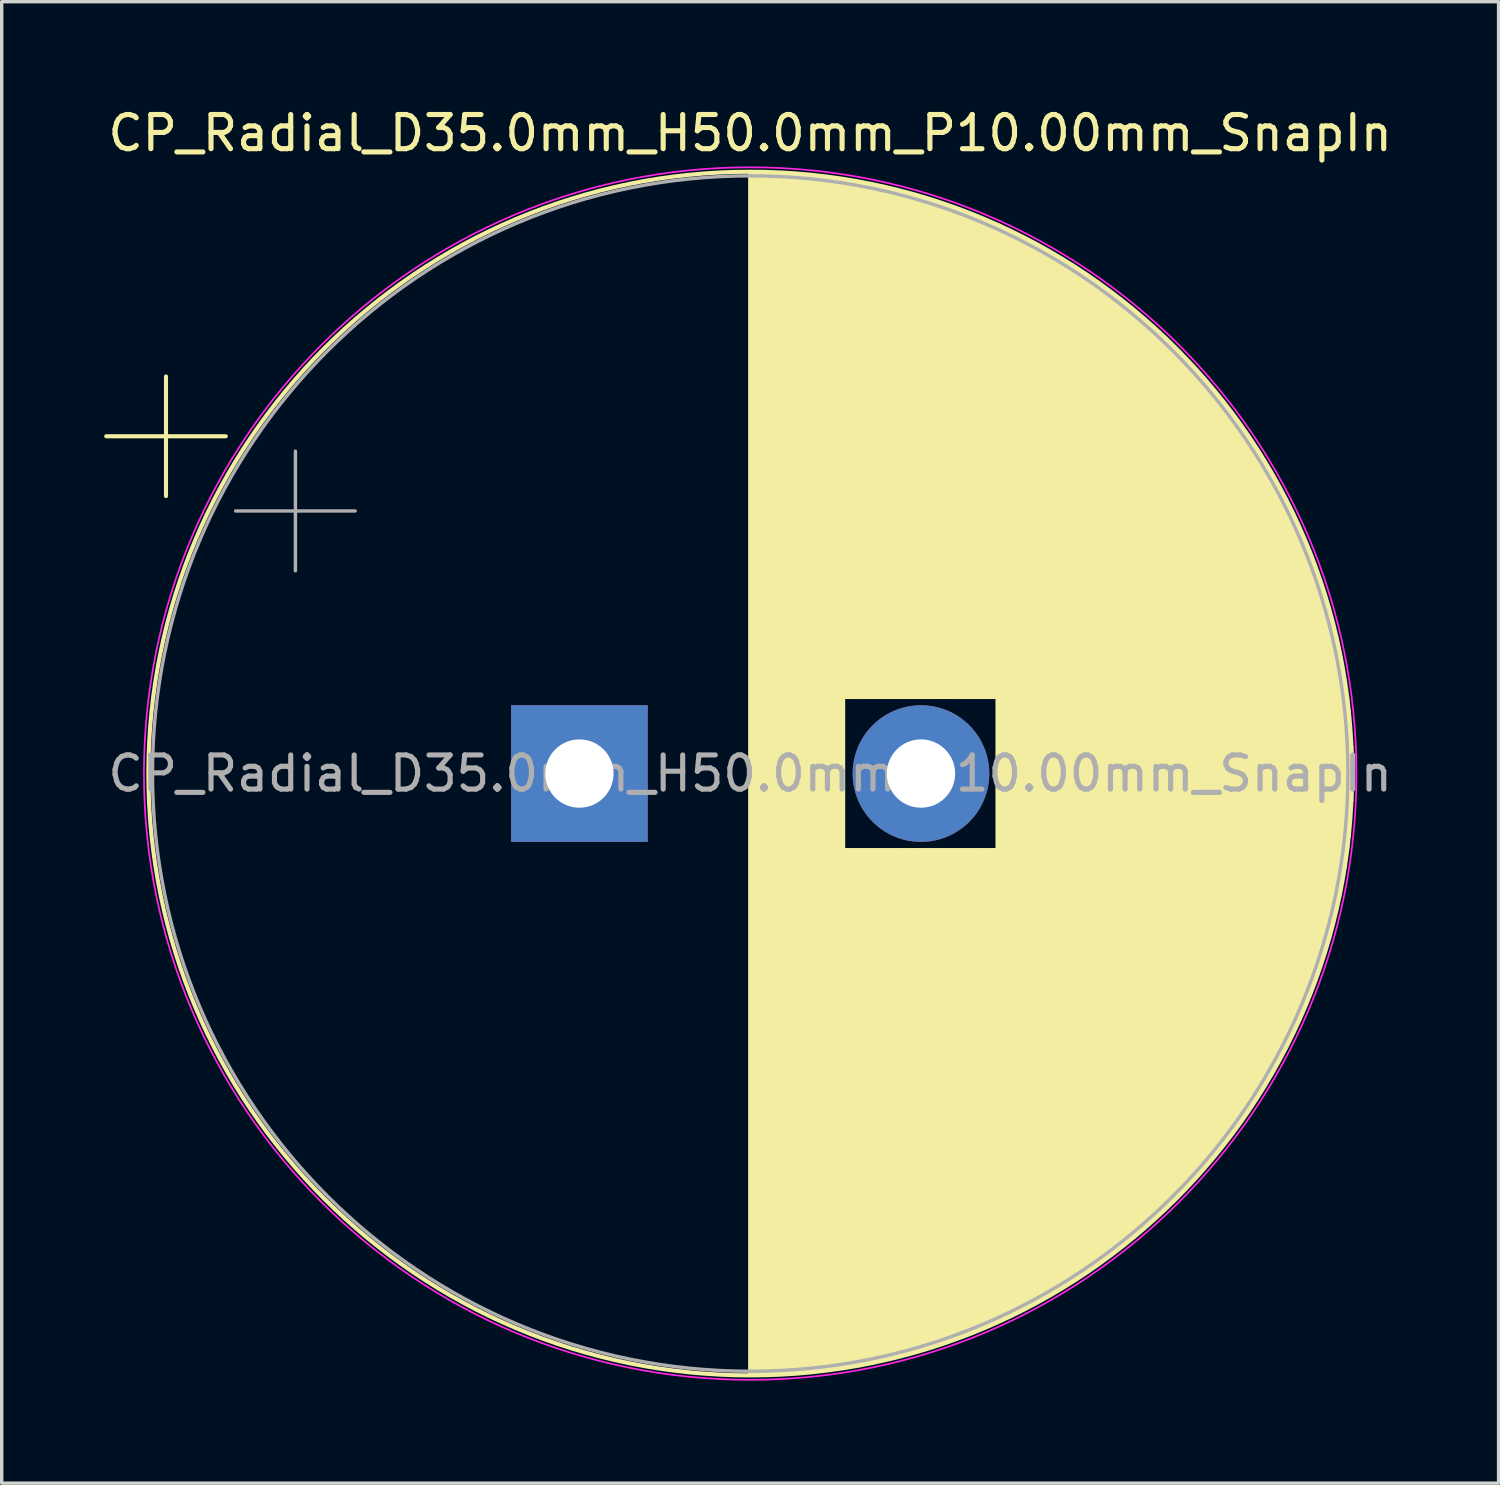
<source format=kicad_pcb>
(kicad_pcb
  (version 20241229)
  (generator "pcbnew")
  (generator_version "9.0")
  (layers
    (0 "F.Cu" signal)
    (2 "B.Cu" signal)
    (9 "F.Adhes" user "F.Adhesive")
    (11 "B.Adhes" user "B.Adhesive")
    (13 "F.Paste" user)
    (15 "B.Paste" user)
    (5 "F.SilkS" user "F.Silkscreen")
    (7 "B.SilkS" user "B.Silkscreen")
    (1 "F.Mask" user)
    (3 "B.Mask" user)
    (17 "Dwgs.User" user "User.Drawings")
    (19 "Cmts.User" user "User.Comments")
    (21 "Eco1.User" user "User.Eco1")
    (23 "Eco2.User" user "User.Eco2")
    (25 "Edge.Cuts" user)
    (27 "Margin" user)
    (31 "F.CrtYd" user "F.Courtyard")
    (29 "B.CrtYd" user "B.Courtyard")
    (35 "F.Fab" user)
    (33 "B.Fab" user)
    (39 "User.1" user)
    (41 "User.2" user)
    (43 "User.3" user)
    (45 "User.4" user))
  (footprint "CP_Radial_D35.0mm_H50.0mm_P10.00mm_SnapIn"
    (layer "F.Cu")
    (at 13.914 19.598)
    (property "Reference" "CP_Radial_D35.0mm_H50.0mm_P10.00mm_SnapIn" (at 5 -18.75 0) (layer "F.SilkS") (effects (font (size 1 1) (thickness 0.15))))
    (attr through_hole)
    (fp_line (start -13.854 -9.875) (end -10.354 -9.875) (stroke (width 0.12) (type solid)) (layer "F.SilkS"))
    (fp_line (start -12.104 -11.625) (end -12.104 -8.125) (stroke (width 0.12) (type solid)) (layer "F.SilkS"))
    (fp_line (start 5 -17.58) (end 5 17.58) (stroke (width 0.12) (type solid)) (layer "F.SilkS"))
    (fp_line (start 5.04 -17.58) (end 5.04 17.58) (stroke (width 0.12) (type solid)) (layer "F.SilkS"))
    (fp_line (start 5.08 -17.58) (end 5.08 17.58) (stroke (width 0.12) (type solid)) (layer "F.SilkS"))
    (fp_line (start 5.12 -17.58) (end 5.12 17.58) (stroke (width 0.12) (type solid)) (layer "F.SilkS"))
    (fp_line (start 5.16 -17.58) (end 5.16 17.58) (stroke (width 0.12) (type solid)) (layer "F.SilkS"))
    (fp_line (start 5.2 -17.579) (end 5.2 17.579) (stroke (width 0.12) (type solid)) (layer "F.SilkS"))
    (fp_line (start 5.24 -17.579) (end 5.24 17.579) (stroke (width 0.12) (type solid)) (layer "F.SilkS"))
    (fp_line (start 5.28 -17.578) (end 5.28 17.578) (stroke (width 0.12) (type solid)) (layer "F.SilkS"))
    (fp_line (start 5.32 -17.578) (end 5.32 17.578) (stroke (width 0.12) (type solid)) (layer "F.SilkS"))
    (fp_line (start 5.36 -17.577) (end 5.36 17.577) (stroke (width 0.12) (type solid)) (layer "F.SilkS"))
    (fp_line (start 5.4 -17.576) (end 5.4 17.576) (stroke (width 0.12) (type solid)) (layer "F.SilkS"))
    (fp_line (start 5.44 -17.575) (end 5.44 17.575) (stroke (width 0.12) (type solid)) (layer "F.SilkS"))
    (fp_line (start 5.48 -17.574) (end 5.48 17.574) (stroke (width 0.12) (type solid)) (layer "F.SilkS"))
    (fp_line (start 5.52 -17.573) (end 5.52 17.573) (stroke (width 0.12) (type solid)) (layer "F.SilkS"))
    (fp_line (start 5.56 -17.572) (end 5.56 17.572) (stroke (width 0.12) (type solid)) (layer "F.SilkS"))
    (fp_line (start 5.6 -17.57) (end 5.6 17.57) (stroke (width 0.12) (type solid)) (layer "F.SilkS"))
    (fp_line (start 5.64 -17.569) (end 5.64 17.569) (stroke (width 0.12) (type solid)) (layer "F.SilkS"))
    (fp_line (start 5.68 -17.567) (end 5.68 17.567) (stroke (width 0.12) (type solid)) (layer "F.SilkS"))
    (fp_line (start 5.721 -17.566) (end 5.721 17.566) (stroke (width 0.12) (type solid)) (layer "F.SilkS"))
    (fp_line (start 5.761 -17.564) (end 5.761 17.564) (stroke (width 0.12) (type solid)) (layer "F.SilkS"))
    (fp_line (start 5.801 -17.562) (end 5.801 17.562) (stroke (width 0.12) (type solid)) (layer "F.SilkS"))
    (fp_line (start 5.841 -17.56) (end 5.841 17.56) (stroke (width 0.12) (type solid)) (layer "F.SilkS"))
    (fp_line (start 5.881 -17.559) (end 5.881 17.559) (stroke (width 0.12) (type solid)) (layer "F.SilkS"))
    (fp_line (start 5.921 -17.556) (end 5.921 17.556) (stroke (width 0.12) (type solid)) (layer "F.SilkS"))
    (fp_line (start 5.961 -17.554) (end 5.961 17.554) (stroke (width 0.12) (type solid)) (layer "F.SilkS"))
    (fp_line (start 6.001 -17.552) (end 6.001 17.552) (stroke (width 0.12) (type solid)) (layer "F.SilkS"))
    (fp_line (start 6.041 -17.55) (end 6.041 17.55) (stroke (width 0.12) (type solid)) (layer "F.SilkS"))
    (fp_line (start 6.081 -17.547) (end 6.081 17.547) (stroke (width 0.12) (type solid)) (layer "F.SilkS"))
    (fp_line (start 6.121 -17.545) (end 6.121 17.545) (stroke (width 0.12) (type solid)) (layer "F.SilkS"))
    (fp_line (start 6.161 -17.542) (end 6.161 17.542) (stroke (width 0.12) (type solid)) (layer "F.SilkS"))
    (fp_line (start 6.201 -17.54) (end 6.201 17.54) (stroke (width 0.12) (type solid)) (layer "F.SilkS"))
    (fp_line (start 6.241 -17.537) (end 6.241 17.537) (stroke (width 0.12) (type solid)) (layer "F.SilkS"))
    (fp_line (start 6.281 -17.534) (end 6.281 17.534) (stroke (width 0.12) (type solid)) (layer "F.SilkS"))
    (fp_line (start 6.321 -17.531) (end 6.321 17.531) (stroke (width 0.12) (type solid)) (layer "F.SilkS"))
    (fp_line (start 6.361 -17.528) (end 6.361 17.528) (stroke (width 0.12) (type solid)) (layer "F.SilkS"))
    (fp_line (start 6.401 -17.525) (end 6.401 17.525) (stroke (width 0.12) (type solid)) (layer "F.SilkS"))
    (fp_line (start 6.441 -17.522) (end 6.441 17.522) (stroke (width 0.12) (type solid)) (layer "F.SilkS"))
    (fp_line (start 6.481 -17.518) (end 6.481 17.518) (stroke (width 0.12) (type solid)) (layer "F.SilkS"))
    (fp_line (start 6.521 -17.515) (end 6.521 17.515) (stroke (width 0.12) (type solid)) (layer "F.SilkS"))
    (fp_line (start 6.561 -17.511) (end 6.561 17.511) (stroke (width 0.12) (type solid)) (layer "F.SilkS"))
    (fp_line (start 6.601 -17.508) (end 6.601 17.508) (stroke (width 0.12) (type solid)) (layer "F.SilkS"))
    (fp_line (start 6.641 -17.504) (end 6.641 17.504) (stroke (width 0.12) (type solid)) (layer "F.SilkS"))
    (fp_line (start 6.681 -17.5) (end 6.681 17.5) (stroke (width 0.12) (type solid)) (layer "F.SilkS"))
    (fp_line (start 6.721 -17.496) (end 6.721 17.496) (stroke (width 0.12) (type solid)) (layer "F.SilkS"))
    (fp_line (start 6.761 -17.492) (end 6.761 17.492) (stroke (width 0.12) (type solid)) (layer "F.SilkS"))
    (fp_line (start 6.801 -17.488) (end 6.801 17.488) (stroke (width 0.12) (type solid)) (layer "F.SilkS"))
    (fp_line (start 6.841 -17.484) (end 6.841 17.484) (stroke (width 0.12) (type solid)) (layer "F.SilkS"))
    (fp_line (start 6.881 -17.48) (end 6.881 17.48) (stroke (width 0.12) (type solid)) (layer "F.SilkS"))
    (fp_line (start 6.921 -17.476) (end 6.921 17.476) (stroke (width 0.12) (type solid)) (layer "F.SilkS"))
    (fp_line (start 6.961 -17.471) (end 6.961 17.471) (stroke (width 0.12) (type solid)) (layer "F.SilkS"))
    (fp_line (start 7.001 -17.467) (end 7.001 17.467) (stroke (width 0.12) (type solid)) (layer "F.SilkS"))
    (fp_line (start 7.041 -17.462) (end 7.041 17.462) (stroke (width 0.12) (type solid)) (layer "F.SilkS"))
    (fp_line (start 7.081 -17.457) (end 7.081 17.457) (stroke (width 0.12) (type solid)) (layer "F.SilkS"))
    (fp_line (start 7.121 -17.452) (end 7.121 17.452) (stroke (width 0.12) (type solid)) (layer "F.SilkS"))
    (fp_line (start 7.161 -17.448) (end 7.161 17.448) (stroke (width 0.12) (type solid)) (layer "F.SilkS"))
    (fp_line (start 7.201 -17.443) (end 7.201 17.443) (stroke (width 0.12) (type solid)) (layer "F.SilkS"))
    (fp_line (start 7.241 -17.438) (end 7.241 17.438) (stroke (width 0.12) (type solid)) (layer "F.SilkS"))
    (fp_line (start 7.281 -17.432) (end 7.281 17.432) (stroke (width 0.12) (type solid)) (layer "F.SilkS"))
    (fp_line (start 7.321 -17.427) (end 7.321 17.427) (stroke (width 0.12) (type solid)) (layer "F.SilkS"))
    (fp_line (start 7.361 -17.422) (end 7.361 17.422) (stroke (width 0.12) (type solid)) (layer "F.SilkS"))
    (fp_line (start 7.401 -17.416) (end 7.401 17.416) (stroke (width 0.12) (type solid)) (layer "F.SilkS"))
    (fp_line (start 7.441 -17.411) (end 7.441 17.411) (stroke (width 0.12) (type solid)) (layer "F.SilkS"))
    (fp_line (start 7.481 -17.405) (end 7.481 17.405) (stroke (width 0.12) (type solid)) (layer "F.SilkS"))
    (fp_line (start 7.521 -17.399) (end 7.521 17.399) (stroke (width 0.12) (type solid)) (layer "F.SilkS"))
    (fp_line (start 7.561 -17.394) (end 7.561 17.394) (stroke (width 0.12) (type solid)) (layer "F.SilkS"))
    (fp_line (start 7.601 -17.388) (end 7.601 17.388) (stroke (width 0.12) (type solid)) (layer "F.SilkS"))
    (fp_line (start 7.641 -17.382) (end 7.641 17.382) (stroke (width 0.12) (type solid)) (layer "F.SilkS"))
    (fp_line (start 7.681 -17.375) (end 7.681 17.375) (stroke (width 0.12) (type solid)) (layer "F.SilkS"))
    (fp_line (start 7.721 -17.369) (end 7.721 17.369) (stroke (width 0.12) (type solid)) (layer "F.SilkS"))
    (fp_line (start 7.761 -17.363) (end 7.761 -2.24) (stroke (width 0.12) (type solid)) (layer "F.SilkS"))
    (fp_line (start 7.761 2.24) (end 7.761 17.363) (stroke (width 0.12) (type solid)) (layer "F.SilkS"))
    (fp_line (start 7.801 -17.357) (end 7.801 -2.24) (stroke (width 0.12) (type solid)) (layer "F.SilkS"))
    (fp_line (start 7.801 2.24) (end 7.801 17.357) (stroke (width 0.12) (type solid)) (layer "F.SilkS"))
    (fp_line (start 7.841 -17.35) (end 7.841 -2.24) (stroke (width 0.12) (type solid)) (layer "F.SilkS"))
    (fp_line (start 7.841 2.24) (end 7.841 17.35) (stroke (width 0.12) (type solid)) (layer "F.SilkS"))
    (fp_line (start 7.881 -17.344) (end 7.881 -2.24) (stroke (width 0.12) (type solid)) (layer "F.SilkS"))
    (fp_line (start 7.881 2.24) (end 7.881 17.344) (stroke (width 0.12) (type solid)) (layer "F.SilkS"))
    (fp_line (start 7.921 -17.337) (end 7.921 -2.24) (stroke (width 0.12) (type solid)) (layer "F.SilkS"))
    (fp_line (start 7.921 2.24) (end 7.921 17.337) (stroke (width 0.12) (type solid)) (layer "F.SilkS"))
    (fp_line (start 7.961 -17.33) (end 7.961 -2.24) (stroke (width 0.12) (type solid)) (layer "F.SilkS"))
    (fp_line (start 7.961 2.24) (end 7.961 17.33) (stroke (width 0.12) (type solid)) (layer "F.SilkS"))
    (fp_line (start 8.001 -17.323) (end 8.001 -2.24) (stroke (width 0.12) (type solid)) (layer "F.SilkS"))
    (fp_line (start 8.001 2.24) (end 8.001 17.323) (stroke (width 0.12) (type solid)) (layer "F.SilkS"))
    (fp_line (start 8.041 -17.316) (end 8.041 -2.24) (stroke (width 0.12) (type solid)) (layer "F.SilkS"))
    (fp_line (start 8.041 2.24) (end 8.041 17.316) (stroke (width 0.12) (type solid)) (layer "F.SilkS"))
    (fp_line (start 8.081 -17.309) (end 8.081 -2.24) (stroke (width 0.12) (type solid)) (layer "F.SilkS"))
    (fp_line (start 8.081 2.24) (end 8.081 17.309) (stroke (width 0.12) (type solid)) (layer "F.SilkS"))
    (fp_line (start 8.121 -17.302) (end 8.121 -2.24) (stroke (width 0.12) (type solid)) (layer "F.SilkS"))
    (fp_line (start 8.121 2.24) (end 8.121 17.302) (stroke (width 0.12) (type solid)) (layer "F.SilkS"))
    (fp_line (start 8.161 -17.295) (end 8.161 -2.24) (stroke (width 0.12) (type solid)) (layer "F.SilkS"))
    (fp_line (start 8.161 2.24) (end 8.161 17.295) (stroke (width 0.12) (type solid)) (layer "F.SilkS"))
    (fp_line (start 8.201 -17.287) (end 8.201 -2.24) (stroke (width 0.12) (type solid)) (layer "F.SilkS"))
    (fp_line (start 8.201 2.24) (end 8.201 17.287) (stroke (width 0.12) (type solid)) (layer "F.SilkS"))
    (fp_line (start 8.241 -17.28) (end 8.241 -2.24) (stroke (width 0.12) (type solid)) (layer "F.SilkS"))
    (fp_line (start 8.241 2.24) (end 8.241 17.28) (stroke (width 0.12) (type solid)) (layer "F.SilkS"))
    (fp_line (start 8.281 -17.273) (end 8.281 -2.24) (stroke (width 0.12) (type solid)) (layer "F.SilkS"))
    (fp_line (start 8.281 2.24) (end 8.281 17.273) (stroke (width 0.12) (type solid)) (layer "F.SilkS"))
    (fp_line (start 8.321 -17.265) (end 8.321 -2.24) (stroke (width 0.12) (type solid)) (layer "F.SilkS"))
    (fp_line (start 8.321 2.24) (end 8.321 17.265) (stroke (width 0.12) (type solid)) (layer "F.SilkS"))
    (fp_line (start 8.361 -17.257) (end 8.361 -2.24) (stroke (width 0.12) (type solid)) (layer "F.SilkS"))
    (fp_line (start 8.361 2.24) (end 8.361 17.257) (stroke (width 0.12) (type solid)) (layer "F.SilkS"))
    (fp_line (start 8.401 -17.249) (end 8.401 -2.24) (stroke (width 0.12) (type solid)) (layer "F.SilkS"))
    (fp_line (start 8.401 2.24) (end 8.401 17.249) (stroke (width 0.12) (type solid)) (layer "F.SilkS"))
    (fp_line (start 8.441 -17.241) (end 8.441 -2.24) (stroke (width 0.12) (type solid)) (layer "F.SilkS"))
    (fp_line (start 8.441 2.24) (end 8.441 17.241) (stroke (width 0.12) (type solid)) (layer "F.SilkS"))
    (fp_line (start 8.481 -17.233) (end 8.481 -2.24) (stroke (width 0.12) (type solid)) (layer "F.SilkS"))
    (fp_line (start 8.481 2.24) (end 8.481 17.233) (stroke (width 0.12) (type solid)) (layer "F.SilkS"))
    (fp_line (start 8.521 -17.225) (end 8.521 -2.24) (stroke (width 0.12) (type solid)) (layer "F.SilkS"))
    (fp_line (start 8.521 2.24) (end 8.521 17.225) (stroke (width 0.12) (type solid)) (layer "F.SilkS"))
    (fp_line (start 8.561 -17.217) (end 8.561 -2.24) (stroke (width 0.12) (type solid)) (layer "F.SilkS"))
    (fp_line (start 8.561 2.24) (end 8.561 17.217) (stroke (width 0.12) (type solid)) (layer "F.SilkS"))
    (fp_line (start 8.601 -17.209) (end 8.601 -2.24) (stroke (width 0.12) (type solid)) (layer "F.SilkS"))
    (fp_line (start 8.601 2.24) (end 8.601 17.209) (stroke (width 0.12) (type solid)) (layer "F.SilkS"))
    (fp_line (start 8.641 -17.2) (end 8.641 -2.24) (stroke (width 0.12) (type solid)) (layer "F.SilkS"))
    (fp_line (start 8.641 2.24) (end 8.641 17.2) (stroke (width 0.12) (type solid)) (layer "F.SilkS"))
    (fp_line (start 8.681 -17.192) (end 8.681 -2.24) (stroke (width 0.12) (type solid)) (layer "F.SilkS"))
    (fp_line (start 8.681 2.24) (end 8.681 17.192) (stroke (width 0.12) (type solid)) (layer "F.SilkS"))
    (fp_line (start 8.721 -17.183) (end 8.721 -2.24) (stroke (width 0.12) (type solid)) (layer "F.SilkS"))
    (fp_line (start 8.721 2.24) (end 8.721 17.183) (stroke (width 0.12) (type solid)) (layer "F.SilkS"))
    (fp_line (start 8.761 -17.175) (end 8.761 -2.24) (stroke (width 0.12) (type solid)) (layer "F.SilkS"))
    (fp_line (start 8.761 2.24) (end 8.761 17.175) (stroke (width 0.12) (type solid)) (layer "F.SilkS"))
    (fp_line (start 8.801 -17.166) (end 8.801 -2.24) (stroke (width 0.12) (type solid)) (layer "F.SilkS"))
    (fp_line (start 8.801 2.24) (end 8.801 17.166) (stroke (width 0.12) (type solid)) (layer "F.SilkS"))
    (fp_line (start 8.841 -17.157) (end 8.841 -2.24) (stroke (width 0.12) (type solid)) (layer "F.SilkS"))
    (fp_line (start 8.841 2.24) (end 8.841 17.157) (stroke (width 0.12) (type solid)) (layer "F.SilkS"))
    (fp_line (start 8.881 -17.148) (end 8.881 -2.24) (stroke (width 0.12) (type solid)) (layer "F.SilkS"))
    (fp_line (start 8.881 2.24) (end 8.881 17.148) (stroke (width 0.12) (type solid)) (layer "F.SilkS"))
    (fp_line (start 8.921 -17.139) (end 8.921 -2.24) (stroke (width 0.12) (type solid)) (layer "F.SilkS"))
    (fp_line (start 8.921 2.24) (end 8.921 17.139) (stroke (width 0.12) (type solid)) (layer "F.SilkS"))
    (fp_line (start 8.961 -17.13) (end 8.961 -2.24) (stroke (width 0.12) (type solid)) (layer "F.SilkS"))
    (fp_line (start 8.961 2.24) (end 8.961 17.13) (stroke (width 0.12) (type solid)) (layer "F.SilkS"))
    (fp_line (start 9.001 -17.12) (end 9.001 -2.24) (stroke (width 0.12) (type solid)) (layer "F.SilkS"))
    (fp_line (start 9.001 2.24) (end 9.001 17.12) (stroke (width 0.12) (type solid)) (layer "F.SilkS"))
    (fp_line (start 9.041 -17.111) (end 9.041 -2.24) (stroke (width 0.12) (type solid)) (layer "F.SilkS"))
    (fp_line (start 9.041 2.24) (end 9.041 17.111) (stroke (width 0.12) (type solid)) (layer "F.SilkS"))
    (fp_line (start 9.081 -17.102) (end 9.081 -2.24) (stroke (width 0.12) (type solid)) (layer "F.SilkS"))
    (fp_line (start 9.081 2.24) (end 9.081 17.102) (stroke (width 0.12) (type solid)) (layer "F.SilkS"))
    (fp_line (start 9.121 -17.092) (end 9.121 -2.24) (stroke (width 0.12) (type solid)) (layer "F.SilkS"))
    (fp_line (start 9.121 2.24) (end 9.121 17.092) (stroke (width 0.12) (type solid)) (layer "F.SilkS"))
    (fp_line (start 9.161 -17.082) (end 9.161 -2.24) (stroke (width 0.12) (type solid)) (layer "F.SilkS"))
    (fp_line (start 9.161 2.24) (end 9.161 17.082) (stroke (width 0.12) (type solid)) (layer "F.SilkS"))
    (fp_line (start 9.201 -17.073) (end 9.201 -2.24) (stroke (width 0.12) (type solid)) (layer "F.SilkS"))
    (fp_line (start 9.201 2.24) (end 9.201 17.073) (stroke (width 0.12) (type solid)) (layer "F.SilkS"))
    (fp_line (start 9.241 -17.063) (end 9.241 -2.24) (stroke (width 0.12) (type solid)) (layer "F.SilkS"))
    (fp_line (start 9.241 2.24) (end 9.241 17.063) (stroke (width 0.12) (type solid)) (layer "F.SilkS"))
    (fp_line (start 9.281 -17.053) (end 9.281 -2.24) (stroke (width 0.12) (type solid)) (layer "F.SilkS"))
    (fp_line (start 9.281 2.24) (end 9.281 17.053) (stroke (width 0.12) (type solid)) (layer "F.SilkS"))
    (fp_line (start 9.321 -17.043) (end 9.321 -2.24) (stroke (width 0.12) (type solid)) (layer "F.SilkS"))
    (fp_line (start 9.321 2.24) (end 9.321 17.043) (stroke (width 0.12) (type solid)) (layer "F.SilkS"))
    (fp_line (start 9.361 -17.033) (end 9.361 -2.24) (stroke (width 0.12) (type solid)) (layer "F.SilkS"))
    (fp_line (start 9.361 2.24) (end 9.361 17.033) (stroke (width 0.12) (type solid)) (layer "F.SilkS"))
    (fp_line (start 9.401 -17.022) (end 9.401 -2.24) (stroke (width 0.12) (type solid)) (layer "F.SilkS"))
    (fp_line (start 9.401 2.24) (end 9.401 17.022) (stroke (width 0.12) (type solid)) (layer "F.SilkS"))
    (fp_line (start 9.441 -17.012) (end 9.441 -2.24) (stroke (width 0.12) (type solid)) (layer "F.SilkS"))
    (fp_line (start 9.441 2.24) (end 9.441 17.012) (stroke (width 0.12) (type solid)) (layer "F.SilkS"))
    (fp_line (start 9.481 -17.001) (end 9.481 -2.24) (stroke (width 0.12) (type solid)) (layer "F.SilkS"))
    (fp_line (start 9.481 2.24) (end 9.481 17.001) (stroke (width 0.12) (type solid)) (layer "F.SilkS"))
    (fp_line (start 9.521 -16.991) (end 9.521 -2.24) (stroke (width 0.12) (type solid)) (layer "F.SilkS"))
    (fp_line (start 9.521 2.24) (end 9.521 16.991) (stroke (width 0.12) (type solid)) (layer "F.SilkS"))
    (fp_line (start 9.561 -16.98) (end 9.561 -2.24) (stroke (width 0.12) (type solid)) (layer "F.SilkS"))
    (fp_line (start 9.561 2.24) (end 9.561 16.98) (stroke (width 0.12) (type solid)) (layer "F.SilkS"))
    (fp_line (start 9.601 -16.969) (end 9.601 -2.24) (stroke (width 0.12) (type solid)) (layer "F.SilkS"))
    (fp_line (start 9.601 2.24) (end 9.601 16.969) (stroke (width 0.12) (type solid)) (layer "F.SilkS"))
    (fp_line (start 9.641 -16.959) (end 9.641 -2.24) (stroke (width 0.12) (type solid)) (layer "F.SilkS"))
    (fp_line (start 9.641 2.24) (end 9.641 16.959) (stroke (width 0.12) (type solid)) (layer "F.SilkS"))
    (fp_line (start 9.681 -16.948) (end 9.681 -2.24) (stroke (width 0.12) (type solid)) (layer "F.SilkS"))
    (fp_line (start 9.681 2.24) (end 9.681 16.948) (stroke (width 0.12) (type solid)) (layer "F.SilkS"))
    (fp_line (start 9.721 -16.937) (end 9.721 -2.24) (stroke (width 0.12) (type solid)) (layer "F.SilkS"))
    (fp_line (start 9.721 2.24) (end 9.721 16.937) (stroke (width 0.12) (type solid)) (layer "F.SilkS"))
    (fp_line (start 9.761 -16.925) (end 9.761 -2.24) (stroke (width 0.12) (type solid)) (layer "F.SilkS"))
    (fp_line (start 9.761 2.24) (end 9.761 16.925) (stroke (width 0.12) (type solid)) (layer "F.SilkS"))
    (fp_line (start 9.801 -16.914) (end 9.801 -2.24) (stroke (width 0.12) (type solid)) (layer "F.SilkS"))
    (fp_line (start 9.801 2.24) (end 9.801 16.914) (stroke (width 0.12) (type solid)) (layer "F.SilkS"))
    (fp_line (start 9.841 -16.903) (end 9.841 -2.24) (stroke (width 0.12) (type solid)) (layer "F.SilkS"))
    (fp_line (start 9.841 2.24) (end 9.841 16.903) (stroke (width 0.12) (type solid)) (layer "F.SilkS"))
    (fp_line (start 9.881 -16.891) (end 9.881 -2.24) (stroke (width 0.12) (type solid)) (layer "F.SilkS"))
    (fp_line (start 9.881 2.24) (end 9.881 16.891) (stroke (width 0.12) (type solid)) (layer "F.SilkS"))
    (fp_line (start 9.921 -16.88) (end 9.921 -2.24) (stroke (width 0.12) (type solid)) (layer "F.SilkS"))
    (fp_line (start 9.921 2.24) (end 9.921 16.88) (stroke (width 0.12) (type solid)) (layer "F.SilkS"))
    (fp_line (start 9.961 -16.868) (end 9.961 -2.24) (stroke (width 0.12) (type solid)) (layer "F.SilkS"))
    (fp_line (start 9.961 2.24) (end 9.961 16.868) (stroke (width 0.12) (type solid)) (layer "F.SilkS"))
    (fp_line (start 10.001 -16.856) (end 10.001 -2.24) (stroke (width 0.12) (type solid)) (layer "F.SilkS"))
    (fp_line (start 10.001 2.24) (end 10.001 16.856) (stroke (width 0.12) (type solid)) (layer "F.SilkS"))
    (fp_line (start 10.041 -16.844) (end 10.041 -2.24) (stroke (width 0.12) (type solid)) (layer "F.SilkS"))
    (fp_line (start 10.041 2.24) (end 10.041 16.844) (stroke (width 0.12) (type solid)) (layer "F.SilkS"))
    (fp_line (start 10.081 -16.832) (end 10.081 -2.24) (stroke (width 0.12) (type solid)) (layer "F.SilkS"))
    (fp_line (start 10.081 2.24) (end 10.081 16.832) (stroke (width 0.12) (type solid)) (layer "F.SilkS"))
    (fp_line (start 10.121 -16.82) (end 10.121 -2.24) (stroke (width 0.12) (type solid)) (layer "F.SilkS"))
    (fp_line (start 10.121 2.24) (end 10.121 16.82) (stroke (width 0.12) (type solid)) (layer "F.SilkS"))
    (fp_line (start 10.161 -16.808) (end 10.161 -2.24) (stroke (width 0.12) (type solid)) (layer "F.SilkS"))
    (fp_line (start 10.161 2.24) (end 10.161 16.808) (stroke (width 0.12) (type solid)) (layer "F.SilkS"))
    (fp_line (start 10.201 -16.796) (end 10.201 -2.24) (stroke (width 0.12) (type solid)) (layer "F.SilkS"))
    (fp_line (start 10.201 2.24) (end 10.201 16.796) (stroke (width 0.12) (type solid)) (layer "F.SilkS"))
    (fp_line (start 10.241 -16.783) (end 10.241 -2.24) (stroke (width 0.12) (type solid)) (layer "F.SilkS"))
    (fp_line (start 10.241 2.24) (end 10.241 16.783) (stroke (width 0.12) (type solid)) (layer "F.SilkS"))
    (fp_line (start 10.281 -16.771) (end 10.281 -2.24) (stroke (width 0.12) (type solid)) (layer "F.SilkS"))
    (fp_line (start 10.281 2.24) (end 10.281 16.771) (stroke (width 0.12) (type solid)) (layer "F.SilkS"))
    (fp_line (start 10.321 -16.758) (end 10.321 -2.24) (stroke (width 0.12) (type solid)) (layer "F.SilkS"))
    (fp_line (start 10.321 2.24) (end 10.321 16.758) (stroke (width 0.12) (type solid)) (layer "F.SilkS"))
    (fp_line (start 10.361 -16.745) (end 10.361 -2.24) (stroke (width 0.12) (type solid)) (layer "F.SilkS"))
    (fp_line (start 10.361 2.24) (end 10.361 16.745) (stroke (width 0.12) (type solid)) (layer "F.SilkS"))
    (fp_line (start 10.401 -16.733) (end 10.401 -2.24) (stroke (width 0.12) (type solid)) (layer "F.SilkS"))
    (fp_line (start 10.401 2.24) (end 10.401 16.733) (stroke (width 0.12) (type solid)) (layer "F.SilkS"))
    (fp_line (start 10.441 -16.72) (end 10.441 -2.24) (stroke (width 0.12) (type solid)) (layer "F.SilkS"))
    (fp_line (start 10.441 2.24) (end 10.441 16.72) (stroke (width 0.12) (type solid)) (layer "F.SilkS"))
    (fp_line (start 10.481 -16.707) (end 10.481 -2.24) (stroke (width 0.12) (type solid)) (layer "F.SilkS"))
    (fp_line (start 10.481 2.24) (end 10.481 16.707) (stroke (width 0.12) (type solid)) (layer "F.SilkS"))
    (fp_line (start 10.521 -16.694) (end 10.521 -2.24) (stroke (width 0.12) (type solid)) (layer "F.SilkS"))
    (fp_line (start 10.521 2.24) (end 10.521 16.694) (stroke (width 0.12) (type solid)) (layer "F.SilkS"))
    (fp_line (start 10.561 -16.68) (end 10.561 -2.24) (stroke (width 0.12) (type solid)) (layer "F.SilkS"))
    (fp_line (start 10.561 2.24) (end 10.561 16.68) (stroke (width 0.12) (type solid)) (layer "F.SilkS"))
    (fp_line (start 10.601 -16.667) (end 10.601 -2.24) (stroke (width 0.12) (type solid)) (layer "F.SilkS"))
    (fp_line (start 10.601 2.24) (end 10.601 16.667) (stroke (width 0.12) (type solid)) (layer "F.SilkS"))
    (fp_line (start 10.641 -16.653) (end 10.641 -2.24) (stroke (width 0.12) (type solid)) (layer "F.SilkS"))
    (fp_line (start 10.641 2.24) (end 10.641 16.653) (stroke (width 0.12) (type solid)) (layer "F.SilkS"))
    (fp_line (start 10.681 -16.64) (end 10.681 -2.24) (stroke (width 0.12) (type solid)) (layer "F.SilkS"))
    (fp_line (start 10.681 2.24) (end 10.681 16.64) (stroke (width 0.12) (type solid)) (layer "F.SilkS"))
    (fp_line (start 10.721 -16.626) (end 10.721 -2.24) (stroke (width 0.12) (type solid)) (layer "F.SilkS"))
    (fp_line (start 10.721 2.24) (end 10.721 16.626) (stroke (width 0.12) (type solid)) (layer "F.SilkS"))
    (fp_line (start 10.761 -16.612) (end 10.761 -2.24) (stroke (width 0.12) (type solid)) (layer "F.SilkS"))
    (fp_line (start 10.761 2.24) (end 10.761 16.612) (stroke (width 0.12) (type solid)) (layer "F.SilkS"))
    (fp_line (start 10.801 -16.599) (end 10.801 -2.24) (stroke (width 0.12) (type solid)) (layer "F.SilkS"))
    (fp_line (start 10.801 2.24) (end 10.801 16.599) (stroke (width 0.12) (type solid)) (layer "F.SilkS"))
    (fp_line (start 10.841 -16.585) (end 10.841 -2.24) (stroke (width 0.12) (type solid)) (layer "F.SilkS"))
    (fp_line (start 10.841 2.24) (end 10.841 16.585) (stroke (width 0.12) (type solid)) (layer "F.SilkS"))
    (fp_line (start 10.881 -16.57) (end 10.881 -2.24) (stroke (width 0.12) (type solid)) (layer "F.SilkS"))
    (fp_line (start 10.881 2.24) (end 10.881 16.57) (stroke (width 0.12) (type solid)) (layer "F.SilkS"))
    (fp_line (start 10.921 -16.556) (end 10.921 -2.24) (stroke (width 0.12) (type solid)) (layer "F.SilkS"))
    (fp_line (start 10.921 2.24) (end 10.921 16.556) (stroke (width 0.12) (type solid)) (layer "F.SilkS"))
    (fp_line (start 10.961 -16.542) (end 10.961 -2.24) (stroke (width 0.12) (type solid)) (layer "F.SilkS"))
    (fp_line (start 10.961 2.24) (end 10.961 16.542) (stroke (width 0.12) (type solid)) (layer "F.SilkS"))
    (fp_line (start 11.001 -16.527) (end 11.001 -2.24) (stroke (width 0.12) (type solid)) (layer "F.SilkS"))
    (fp_line (start 11.001 2.24) (end 11.001 16.527) (stroke (width 0.12) (type solid)) (layer "F.SilkS"))
    (fp_line (start 11.041 -16.513) (end 11.041 -2.24) (stroke (width 0.12) (type solid)) (layer "F.SilkS"))
    (fp_line (start 11.041 2.24) (end 11.041 16.513) (stroke (width 0.12) (type solid)) (layer "F.SilkS"))
    (fp_line (start 11.081 -16.498) (end 11.081 -2.24) (stroke (width 0.12) (type solid)) (layer "F.SilkS"))
    (fp_line (start 11.081 2.24) (end 11.081 16.498) (stroke (width 0.12) (type solid)) (layer "F.SilkS"))
    (fp_line (start 11.121 -16.484) (end 11.121 -2.24) (stroke (width 0.12) (type solid)) (layer "F.SilkS"))
    (fp_line (start 11.121 2.24) (end 11.121 16.484) (stroke (width 0.12) (type solid)) (layer "F.SilkS"))
    (fp_line (start 11.161 -16.469) (end 11.161 -2.24) (stroke (width 0.12) (type solid)) (layer "F.SilkS"))
    (fp_line (start 11.161 2.24) (end 11.161 16.469) (stroke (width 0.12) (type solid)) (layer "F.SilkS"))
    (fp_line (start 11.201 -16.454) (end 11.201 -2.24) (stroke (width 0.12) (type solid)) (layer "F.SilkS"))
    (fp_line (start 11.201 2.24) (end 11.201 16.454) (stroke (width 0.12) (type solid)) (layer "F.SilkS"))
    (fp_line (start 11.241 -16.439) (end 11.241 -2.24) (stroke (width 0.12) (type solid)) (layer "F.SilkS"))
    (fp_line (start 11.241 2.24) (end 11.241 16.439) (stroke (width 0.12) (type solid)) (layer "F.SilkS"))
    (fp_line (start 11.281 -16.423) (end 11.281 -2.24) (stroke (width 0.12) (type solid)) (layer "F.SilkS"))
    (fp_line (start 11.281 2.24) (end 11.281 16.423) (stroke (width 0.12) (type solid)) (layer "F.SilkS"))
    (fp_line (start 11.321 -16.408) (end 11.321 -2.24) (stroke (width 0.12) (type solid)) (layer "F.SilkS"))
    (fp_line (start 11.321 2.24) (end 11.321 16.408) (stroke (width 0.12) (type solid)) (layer "F.SilkS"))
    (fp_line (start 11.361 -16.393) (end 11.361 -2.24) (stroke (width 0.12) (type solid)) (layer "F.SilkS"))
    (fp_line (start 11.361 2.24) (end 11.361 16.393) (stroke (width 0.12) (type solid)) (layer "F.SilkS"))
    (fp_line (start 11.401 -16.377) (end 11.401 -2.24) (stroke (width 0.12) (type solid)) (layer "F.SilkS"))
    (fp_line (start 11.401 2.24) (end 11.401 16.377) (stroke (width 0.12) (type solid)) (layer "F.SilkS"))
    (fp_line (start 11.441 -16.361) (end 11.441 -2.24) (stroke (width 0.12) (type solid)) (layer "F.SilkS"))
    (fp_line (start 11.441 2.24) (end 11.441 16.361) (stroke (width 0.12) (type solid)) (layer "F.SilkS"))
    (fp_line (start 11.481 -16.346) (end 11.481 -2.24) (stroke (width 0.12) (type solid)) (layer "F.SilkS"))
    (fp_line (start 11.481 2.24) (end 11.481 16.346) (stroke (width 0.12) (type solid)) (layer "F.SilkS"))
    (fp_line (start 11.521 -16.33) (end 11.521 -2.24) (stroke (width 0.12) (type solid)) (layer "F.SilkS"))
    (fp_line (start 11.521 2.24) (end 11.521 16.33) (stroke (width 0.12) (type solid)) (layer "F.SilkS"))
    (fp_line (start 11.561 -16.314) (end 11.561 -2.24) (stroke (width 0.12) (type solid)) (layer "F.SilkS"))
    (fp_line (start 11.561 2.24) (end 11.561 16.314) (stroke (width 0.12) (type solid)) (layer "F.SilkS"))
    (fp_line (start 11.601 -16.298) (end 11.601 -2.24) (stroke (width 0.12) (type solid)) (layer "F.SilkS"))
    (fp_line (start 11.601 2.24) (end 11.601 16.298) (stroke (width 0.12) (type solid)) (layer "F.SilkS"))
    (fp_line (start 11.641 -16.281) (end 11.641 -2.24) (stroke (width 0.12) (type solid)) (layer "F.SilkS"))
    (fp_line (start 11.641 2.24) (end 11.641 16.281) (stroke (width 0.12) (type solid)) (layer "F.SilkS"))
    (fp_line (start 11.681 -16.265) (end 11.681 -2.24) (stroke (width 0.12) (type solid)) (layer "F.SilkS"))
    (fp_line (start 11.681 2.24) (end 11.681 16.265) (stroke (width 0.12) (type solid)) (layer "F.SilkS"))
    (fp_line (start 11.721 -16.249) (end 11.721 -2.24) (stroke (width 0.12) (type solid)) (layer "F.SilkS"))
    (fp_line (start 11.721 2.24) (end 11.721 16.249) (stroke (width 0.12) (type solid)) (layer "F.SilkS"))
    (fp_line (start 11.761 -16.232) (end 11.761 -2.24) (stroke (width 0.12) (type solid)) (layer "F.SilkS"))
    (fp_line (start 11.761 2.24) (end 11.761 16.232) (stroke (width 0.12) (type solid)) (layer "F.SilkS"))
    (fp_line (start 11.801 -16.215) (end 11.801 -2.24) (stroke (width 0.12) (type solid)) (layer "F.SilkS"))
    (fp_line (start 11.801 2.24) (end 11.801 16.215) (stroke (width 0.12) (type solid)) (layer "F.SilkS"))
    (fp_line (start 11.841 -16.199) (end 11.841 -2.24) (stroke (width 0.12) (type solid)) (layer "F.SilkS"))
    (fp_line (start 11.841 2.24) (end 11.841 16.199) (stroke (width 0.12) (type solid)) (layer "F.SilkS"))
    (fp_line (start 11.881 -16.182) (end 11.881 -2.24) (stroke (width 0.12) (type solid)) (layer "F.SilkS"))
    (fp_line (start 11.881 2.24) (end 11.881 16.182) (stroke (width 0.12) (type solid)) (layer "F.SilkS"))
    (fp_line (start 11.921 -16.165) (end 11.921 -2.24) (stroke (width 0.12) (type solid)) (layer "F.SilkS"))
    (fp_line (start 11.921 2.24) (end 11.921 16.165) (stroke (width 0.12) (type solid)) (layer "F.SilkS"))
    (fp_line (start 11.961 -16.148) (end 11.961 -2.24) (stroke (width 0.12) (type solid)) (layer "F.SilkS"))
    (fp_line (start 11.961 2.24) (end 11.961 16.148) (stroke (width 0.12) (type solid)) (layer "F.SilkS"))
    (fp_line (start 12.001 -16.13) (end 12.001 -2.24) (stroke (width 0.12) (type solid)) (layer "F.SilkS"))
    (fp_line (start 12.001 2.24) (end 12.001 16.13) (stroke (width 0.12) (type solid)) (layer "F.SilkS"))
    (fp_line (start 12.041 -16.113) (end 12.041 -2.24) (stroke (width 0.12) (type solid)) (layer "F.SilkS"))
    (fp_line (start 12.041 2.24) (end 12.041 16.113) (stroke (width 0.12) (type solid)) (layer "F.SilkS"))
    (fp_line (start 12.081 -16.095) (end 12.081 -2.24) (stroke (width 0.12) (type solid)) (layer "F.SilkS"))
    (fp_line (start 12.081 2.24) (end 12.081 16.095) (stroke (width 0.12) (type solid)) (layer "F.SilkS"))
    (fp_line (start 12.121 -16.078) (end 12.121 -2.24) (stroke (width 0.12) (type solid)) (layer "F.SilkS"))
    (fp_line (start 12.121 2.24) (end 12.121 16.078) (stroke (width 0.12) (type solid)) (layer "F.SilkS"))
    (fp_line (start 12.161 -16.06) (end 12.161 -2.24) (stroke (width 0.12) (type solid)) (layer "F.SilkS"))
    (fp_line (start 12.161 2.24) (end 12.161 16.06) (stroke (width 0.12) (type solid)) (layer "F.SilkS"))
    (fp_line (start 12.201 -16.042) (end 12.201 -2.24) (stroke (width 0.12) (type solid)) (layer "F.SilkS"))
    (fp_line (start 12.201 2.24) (end 12.201 16.042) (stroke (width 0.12) (type solid)) (layer "F.SilkS"))
    (fp_line (start 12.241 -16.024) (end 12.241 16.024) (stroke (width 0.12) (type solid)) (layer "F.SilkS"))
    (fp_line (start 12.281 -16.006) (end 12.281 16.006) (stroke (width 0.12) (type solid)) (layer "F.SilkS"))
    (fp_line (start 12.321 -15.988) (end 12.321 15.988) (stroke (width 0.12) (type solid)) (layer "F.SilkS"))
    (fp_line (start 12.361 -15.97) (end 12.361 15.97) (stroke (width 0.12) (type solid)) (layer "F.SilkS"))
    (fp_line (start 12.401 -15.951) (end 12.401 15.951) (stroke (width 0.12) (type solid)) (layer "F.SilkS"))
    (fp_line (start 12.441 -15.933) (end 12.441 15.933) (stroke (width 0.12) (type solid)) (layer "F.SilkS"))
    (fp_line (start 12.481 -15.914) (end 12.481 15.914) (stroke (width 0.12) (type solid)) (layer "F.SilkS"))
    (fp_line (start 12.521 -15.895) (end 12.521 15.895) (stroke (width 0.12) (type solid)) (layer "F.SilkS"))
    (fp_line (start 12.561 -15.876) (end 12.561 15.876) (stroke (width 0.12) (type solid)) (layer "F.SilkS"))
    (fp_line (start 12.601 -15.857) (end 12.601 15.857) (stroke (width 0.12) (type solid)) (layer "F.SilkS"))
    (fp_line (start 12.641 -15.838) (end 12.641 15.838) (stroke (width 0.12) (type solid)) (layer "F.SilkS"))
    (fp_line (start 12.681 -15.819) (end 12.681 15.819) (stroke (width 0.12) (type solid)) (layer "F.SilkS"))
    (fp_line (start 12.721 -15.799) (end 12.721 15.799) (stroke (width 0.12) (type solid)) (layer "F.SilkS"))
    (fp_line (start 12.761 -15.78) (end 12.761 15.78) (stroke (width 0.12) (type solid)) (layer "F.SilkS"))
    (fp_line (start 12.801 -15.76) (end 12.801 15.76) (stroke (width 0.12) (type solid)) (layer "F.SilkS"))
    (fp_line (start 12.841 -15.74) (end 12.841 15.74) (stroke (width 0.12) (type solid)) (layer "F.SilkS"))
    (fp_line (start 12.881 -15.72) (end 12.881 15.72) (stroke (width 0.12) (type solid)) (layer "F.SilkS"))
    (fp_line (start 12.921 -15.7) (end 12.921 15.7) (stroke (width 0.12) (type solid)) (layer "F.SilkS"))
    (fp_line (start 12.961 -15.68) (end 12.961 15.68) (stroke (width 0.12) (type solid)) (layer "F.SilkS"))
    (fp_line (start 13.001 -15.66) (end 13.001 15.66) (stroke (width 0.12) (type solid)) (layer "F.SilkS"))
    (fp_line (start 13.041 -15.639) (end 13.041 15.639) (stroke (width 0.12) (type solid)) (layer "F.SilkS"))
    (fp_line (start 13.081 -15.619) (end 13.081 15.619) (stroke (width 0.12) (type solid)) (layer "F.SilkS"))
    (fp_line (start 13.121 -15.598) (end 13.121 15.598) (stroke (width 0.12) (type solid)) (layer "F.SilkS"))
    (fp_line (start 13.161 -15.577) (end 13.161 15.577) (stroke (width 0.12) (type solid)) (layer "F.SilkS"))
    (fp_line (start 13.2 -15.556) (end 13.2 15.556) (stroke (width 0.12) (type solid)) (layer "F.SilkS"))
    (fp_line (start 13.24 -15.535) (end 13.24 15.535) (stroke (width 0.12) (type solid)) (layer "F.SilkS"))
    (fp_line (start 13.28 -15.514) (end 13.28 15.514) (stroke (width 0.12) (type solid)) (layer "F.SilkS"))
    (fp_line (start 13.32 -15.492) (end 13.32 15.492) (stroke (width 0.12) (type solid)) (layer "F.SilkS"))
    (fp_line (start 13.36 -15.471) (end 13.36 15.471) (stroke (width 0.12) (type solid)) (layer "F.SilkS"))
    (fp_line (start 13.4 -15.449) (end 13.4 15.449) (stroke (width 0.12) (type solid)) (layer "F.SilkS"))
    (fp_line (start 13.44 -15.428) (end 13.44 15.428) (stroke (width 0.12) (type solid)) (layer "F.SilkS"))
    (fp_line (start 13.48 -15.406) (end 13.48 15.406) (stroke (width 0.12) (type solid)) (layer "F.SilkS"))
    (fp_line (start 13.52 -15.384) (end 13.52 15.384) (stroke (width 0.12) (type solid)) (layer "F.SilkS"))
    (fp_line (start 13.56 -15.361) (end 13.56 15.361) (stroke (width 0.12) (type solid)) (layer "F.SilkS"))
    (fp_line (start 13.6 -15.339) (end 13.6 15.339) (stroke (width 0.12) (type solid)) (layer "F.SilkS"))
    (fp_line (start 13.64 -15.317) (end 13.64 15.317) (stroke (width 0.12) (type solid)) (layer "F.SilkS"))
    (fp_line (start 13.68 -15.294) (end 13.68 15.294) (stroke (width 0.12) (type solid)) (layer "F.SilkS"))
    (fp_line (start 13.72 -15.271) (end 13.72 15.271) (stroke (width 0.12) (type solid)) (layer "F.SilkS"))
    (fp_line (start 13.76 -15.249) (end 13.76 15.249) (stroke (width 0.12) (type solid)) (layer "F.SilkS"))
    (fp_line (start 13.8 -15.226) (end 13.8 15.226) (stroke (width 0.12) (type solid)) (layer "F.SilkS"))
    (fp_line (start 13.84 -15.203) (end 13.84 15.203) (stroke (width 0.12) (type solid)) (layer "F.SilkS"))
    (fp_line (start 13.88 -15.179) (end 13.88 15.179) (stroke (width 0.12) (type solid)) (layer "F.SilkS"))
    (fp_line (start 13.92 -15.156) (end 13.92 15.156) (stroke (width 0.12) (type solid)) (layer "F.SilkS"))
    (fp_line (start 13.96 -15.132) (end 13.96 15.132) (stroke (width 0.12) (type solid)) (layer "F.SilkS"))
    (fp_line (start 14 -15.109) (end 14 15.109) (stroke (width 0.12) (type solid)) (layer "F.SilkS"))
    (fp_line (start 14.04 -15.085) (end 14.04 15.085) (stroke (width 0.12) (type solid)) (layer "F.SilkS"))
    (fp_line (start 14.08 -15.061) (end 14.08 15.061) (stroke (width 0.12) (type solid)) (layer "F.SilkS"))
    (fp_line (start 14.12 -15.037) (end 14.12 15.037) (stroke (width 0.12) (type solid)) (layer "F.SilkS"))
    (fp_line (start 14.16 -15.012) (end 14.16 15.012) (stroke (width 0.12) (type solid)) (layer "F.SilkS"))
    (fp_line (start 14.2 -14.988) (end 14.2 14.988) (stroke (width 0.12) (type solid)) (layer "F.SilkS"))
    (fp_line (start 14.24 -14.963) (end 14.24 14.963) (stroke (width 0.12) (type solid)) (layer "F.SilkS"))
    (fp_line (start 14.28 -14.939) (end 14.28 14.939) (stroke (width 0.12) (type solid)) (layer "F.SilkS"))
    (fp_line (start 14.32 -14.914) (end 14.32 14.914) (stroke (width 0.12) (type solid)) (layer "F.SilkS"))
    (fp_line (start 14.36 -14.889) (end 14.36 14.889) (stroke (width 0.12) (type solid)) (layer "F.SilkS"))
    (fp_line (start 14.4 -14.864) (end 14.4 14.864) (stroke (width 0.12) (type solid)) (layer "F.SilkS"))
    (fp_line (start 14.44 -14.838) (end 14.44 14.838) (stroke (width 0.12) (type solid)) (layer "F.SilkS"))
    (fp_line (start 14.48 -14.813) (end 14.48 14.813) (stroke (width 0.12) (type solid)) (layer "F.SilkS"))
    (fp_line (start 14.52 -14.787) (end 14.52 14.787) (stroke (width 0.12) (type solid)) (layer "F.SilkS"))
    (fp_line (start 14.56 -14.762) (end 14.56 14.762) (stroke (width 0.12) (type solid)) (layer "F.SilkS"))
    (fp_line (start 14.6 -14.736) (end 14.6 14.736) (stroke (width 0.12) (type solid)) (layer "F.SilkS"))
    (fp_line (start 14.64 -14.71) (end 14.64 14.71) (stroke (width 0.12) (type solid)) (layer "F.SilkS"))
    (fp_line (start 14.68 -14.683) (end 14.68 14.683) (stroke (width 0.12) (type solid)) (layer "F.SilkS"))
    (fp_line (start 14.72 -14.657) (end 14.72 14.657) (stroke (width 0.12) (type solid)) (layer "F.SilkS"))
    (fp_line (start 14.76 -14.63) (end 14.76 14.63) (stroke (width 0.12) (type solid)) (layer "F.SilkS"))
    (fp_line (start 14.8 -14.604) (end 14.8 14.604) (stroke (width 0.12) (type solid)) (layer "F.SilkS"))
    (fp_line (start 14.84 -14.577) (end 14.84 14.577) (stroke (width 0.12) (type solid)) (layer "F.SilkS"))
    (fp_line (start 14.88 -14.55) (end 14.88 14.55) (stroke (width 0.12) (type solid)) (layer "F.SilkS"))
    (fp_line (start 14.92 -14.523) (end 14.92 14.523) (stroke (width 0.12) (type solid)) (layer "F.SilkS"))
    (fp_line (start 14.96 -14.495) (end 14.96 14.495) (stroke (width 0.12) (type solid)) (layer "F.SilkS"))
    (fp_line (start 15 -14.468) (end 15 14.468) (stroke (width 0.12) (type solid)) (layer "F.SilkS"))
    (fp_line (start 15.04 -14.44) (end 15.04 14.44) (stroke (width 0.12) (type solid)) (layer "F.SilkS"))
    (fp_line (start 15.08 -14.412) (end 15.08 14.412) (stroke (width 0.12) (type solid)) (layer "F.SilkS"))
    (fp_line (start 15.12 -14.384) (end 15.12 14.384) (stroke (width 0.12) (type solid)) (layer "F.SilkS"))
    (fp_line (start 15.16 -14.356) (end 15.16 14.356) (stroke (width 0.12) (type solid)) (layer "F.SilkS"))
    (fp_line (start 15.2 -14.328) (end 15.2 14.328) (stroke (width 0.12) (type solid)) (layer "F.SilkS"))
    (fp_line (start 15.24 -14.299) (end 15.24 14.299) (stroke (width 0.12) (type solid)) (layer "F.SilkS"))
    (fp_line (start 15.28 -14.271) (end 15.28 14.271) (stroke (width 0.12) (type solid)) (layer "F.SilkS"))
    (fp_line (start 15.32 -14.242) (end 15.32 14.242) (stroke (width 0.12) (type solid)) (layer "F.SilkS"))
    (fp_line (start 15.36 -14.213) (end 15.36 14.213) (stroke (width 0.12) (type solid)) (layer "F.SilkS"))
    (fp_line (start 15.4 -14.184) (end 15.4 14.184) (stroke (width 0.12) (type solid)) (layer "F.SilkS"))
    (fp_line (start 15.44 -14.155) (end 15.44 14.155) (stroke (width 0.12) (type solid)) (layer "F.SilkS"))
    (fp_line (start 15.48 -14.125) (end 15.48 14.125) (stroke (width 0.12) (type solid)) (layer "F.SilkS"))
    (fp_line (start 15.52 -14.095) (end 15.52 14.095) (stroke (width 0.12) (type solid)) (layer "F.SilkS"))
    (fp_line (start 15.56 -14.065) (end 15.56 14.065) (stroke (width 0.12) (type solid)) (layer "F.SilkS"))
    (fp_line (start 15.6 -14.035) (end 15.6 14.035) (stroke (width 0.12) (type solid)) (layer "F.SilkS"))
    (fp_line (start 15.64 -14.005) (end 15.64 14.005) (stroke (width 0.12) (type solid)) (layer "F.SilkS"))
    (fp_line (start 15.68 -13.975) (end 15.68 13.975) (stroke (width 0.12) (type solid)) (layer "F.SilkS"))
    (fp_line (start 15.72 -13.944) (end 15.72 13.944) (stroke (width 0.12) (type solid)) (layer "F.SilkS"))
    (fp_line (start 15.76 -13.914) (end 15.76 13.914) (stroke (width 0.12) (type solid)) (layer "F.SilkS"))
    (fp_line (start 15.8 -13.883) (end 15.8 13.883) (stroke (width 0.12) (type solid)) (layer "F.SilkS"))
    (fp_line (start 15.84 -13.851) (end 15.84 13.851) (stroke (width 0.12) (type solid)) (layer "F.SilkS"))
    (fp_line (start 15.88 -13.82) (end 15.88 13.82) (stroke (width 0.12) (type solid)) (layer "F.SilkS"))
    (fp_line (start 15.92 -13.789) (end 15.92 13.789) (stroke (width 0.12) (type solid)) (layer "F.SilkS"))
    (fp_line (start 15.96 -13.757) (end 15.96 13.757) (stroke (width 0.12) (type solid)) (layer "F.SilkS"))
    (fp_line (start 16 -13.725) (end 16 13.725) (stroke (width 0.12) (type solid)) (layer "F.SilkS"))
    (fp_line (start 16.04 -13.693) (end 16.04 13.693) (stroke (width 0.12) (type solid)) (layer "F.SilkS"))
    (fp_line (start 16.08 -13.661) (end 16.08 13.661) (stroke (width 0.12) (type solid)) (layer "F.SilkS"))
    (fp_line (start 16.12 -13.628) (end 16.12 13.628) (stroke (width 0.12) (type solid)) (layer "F.SilkS"))
    (fp_line (start 16.16 -13.596) (end 16.16 13.596) (stroke (width 0.12) (type solid)) (layer "F.SilkS"))
    (fp_line (start 16.2 -13.563) (end 16.2 13.563) (stroke (width 0.12) (type solid)) (layer "F.SilkS"))
    (fp_line (start 16.24 -13.53) (end 16.24 13.53) (stroke (width 0.12) (type solid)) (layer "F.SilkS"))
    (fp_line (start 16.28 -13.497) (end 16.28 13.497) (stroke (width 0.12) (type solid)) (layer "F.SilkS"))
    (fp_line (start 16.32 -13.463) (end 16.32 13.463) (stroke (width 0.12) (type solid)) (layer "F.SilkS"))
    (fp_line (start 16.36 -13.43) (end 16.36 13.43) (stroke (width 0.12) (type solid)) (layer "F.SilkS"))
    (fp_line (start 16.4 -13.396) (end 16.4 13.396) (stroke (width 0.12) (type solid)) (layer "F.SilkS"))
    (fp_line (start 16.44 -13.362) (end 16.44 13.362) (stroke (width 0.12) (type solid)) (layer "F.SilkS"))
    (fp_line (start 16.48 -13.327) (end 16.48 13.327) (stroke (width 0.12) (type solid)) (layer "F.SilkS"))
    (fp_line (start 16.52 -13.293) (end 16.52 13.293) (stroke (width 0.12) (type solid)) (layer "F.SilkS"))
    (fp_line (start 16.56 -13.258) (end 16.56 13.258) (stroke (width 0.12) (type solid)) (layer "F.SilkS"))
    (fp_line (start 16.6 -13.223) (end 16.6 13.223) (stroke (width 0.12) (type solid)) (layer "F.SilkS"))
    (fp_line (start 16.64 -13.188) (end 16.64 13.188) (stroke (width 0.12) (type solid)) (layer "F.SilkS"))
    (fp_line (start 16.68 -13.153) (end 16.68 13.153) (stroke (width 0.12) (type solid)) (layer "F.SilkS"))
    (fp_line (start 16.72 -13.117) (end 16.72 13.117) (stroke (width 0.12) (type solid)) (layer "F.SilkS"))
    (fp_line (start 16.76 -13.082) (end 16.76 13.082) (stroke (width 0.12) (type solid)) (layer "F.SilkS"))
    (fp_line (start 16.8 -13.046) (end 16.8 13.046) (stroke (width 0.12) (type solid)) (layer "F.SilkS"))
    (fp_line (start 16.84 -13.01) (end 16.84 13.01) (stroke (width 0.12) (type solid)) (layer "F.SilkS"))
    (fp_line (start 16.88 -12.973) (end 16.88 12.973) (stroke (width 0.12) (type solid)) (layer "F.SilkS"))
    (fp_line (start 16.92 -12.937) (end 16.92 12.937) (stroke (width 0.12) (type solid)) (layer "F.SilkS"))
    (fp_line (start 16.96 -12.9) (end 16.96 12.9) (stroke (width 0.12) (type solid)) (layer "F.SilkS"))
    (fp_line (start 17 -12.863) (end 17 12.863) (stroke (width 0.12) (type solid)) (layer "F.SilkS"))
    (fp_line (start 17.04 -12.825) (end 17.04 12.825) (stroke (width 0.12) (type solid)) (layer "F.SilkS"))
    (fp_line (start 17.08 -12.788) (end 17.08 12.788) (stroke (width 0.12) (type solid)) (layer "F.SilkS"))
    (fp_line (start 17.12 -12.75) (end 17.12 12.75) (stroke (width 0.12) (type solid)) (layer "F.SilkS"))
    (fp_line (start 17.16 -12.712) (end 17.16 12.712) (stroke (width 0.12) (type solid)) (layer "F.SilkS"))
    (fp_line (start 17.2 -12.674) (end 17.2 12.674) (stroke (width 0.12) (type solid)) (layer "F.SilkS"))
    (fp_line (start 17.24 -12.635) (end 17.24 12.635) (stroke (width 0.12) (type solid)) (layer "F.SilkS"))
    (fp_line (start 17.28 -12.596) (end 17.28 12.596) (stroke (width 0.12) (type solid)) (layer "F.SilkS"))
    (fp_line (start 17.32 -12.557) (end 17.32 12.557) (stroke (width 0.12) (type solid)) (layer "F.SilkS"))
    (fp_line (start 17.36 -12.518) (end 17.36 12.518) (stroke (width 0.12) (type solid)) (layer "F.SilkS"))
    (fp_line (start 17.4 -12.479) (end 17.4 12.479) (stroke (width 0.12) (type solid)) (layer "F.SilkS"))
    (fp_line (start 17.44 -12.439) (end 17.44 12.439) (stroke (width 0.12) (type solid)) (layer "F.SilkS"))
    (fp_line (start 17.48 -12.399) (end 17.48 12.399) (stroke (width 0.12) (type solid)) (layer "F.SilkS"))
    (fp_line (start 17.52 -12.359) (end 17.52 12.359) (stroke (width 0.12) (type solid)) (layer "F.SilkS"))
    (fp_line (start 17.56 -12.318) (end 17.56 12.318) (stroke (width 0.12) (type solid)) (layer "F.SilkS"))
    (fp_line (start 17.6 -12.277) (end 17.6 12.277) (stroke (width 0.12) (type solid)) (layer "F.SilkS"))
    (fp_line (start 17.64 -12.236) (end 17.64 12.236) (stroke (width 0.12) (type solid)) (layer "F.SilkS"))
    (fp_line (start 17.68 -12.195) (end 17.68 12.195) (stroke (width 0.12) (type solid)) (layer "F.SilkS"))
    (fp_line (start 17.72 -12.153) (end 17.72 12.153) (stroke (width 0.12) (type solid)) (layer "F.SilkS"))
    (fp_line (start 17.76 -12.111) (end 17.76 12.111) (stroke (width 0.12) (type solid)) (layer "F.SilkS"))
    (fp_line (start 17.8 -12.069) (end 17.8 12.069) (stroke (width 0.12) (type solid)) (layer "F.SilkS"))
    (fp_line (start 17.84 -12.027) (end 17.84 12.027) (stroke (width 0.12) (type solid)) (layer "F.SilkS"))
    (fp_line (start 17.88 -11.984) (end 17.88 11.984) (stroke (width 0.12) (type solid)) (layer "F.SilkS"))
    (fp_line (start 17.92 -11.941) (end 17.92 11.941) (stroke (width 0.12) (type solid)) (layer "F.SilkS"))
    (fp_line (start 17.96 -11.898) (end 17.96 11.898) (stroke (width 0.12) (type solid)) (layer "F.SilkS"))
    (fp_line (start 18 -11.854) (end 18 11.854) (stroke (width 0.12) (type solid)) (layer "F.SilkS"))
    (fp_line (start 18.04 -11.811) (end 18.04 11.811) (stroke (width 0.12) (type solid)) (layer "F.SilkS"))
    (fp_line (start 18.08 -11.766) (end 18.08 11.766) (stroke (width 0.12) (type solid)) (layer "F.SilkS"))
    (fp_line (start 18.12 -11.722) (end 18.12 11.722) (stroke (width 0.12) (type solid)) (layer "F.SilkS"))
    (fp_line (start 18.16 -11.677) (end 18.16 11.677) (stroke (width 0.12) (type solid)) (layer "F.SilkS"))
    (fp_line (start 18.2 -11.632) (end 18.2 11.632) (stroke (width 0.12) (type solid)) (layer "F.SilkS"))
    (fp_line (start 18.24 -11.587) (end 18.24 11.587) (stroke (width 0.12) (type solid)) (layer "F.SilkS"))
    (fp_line (start 18.28 -11.541) (end 18.28 11.541) (stroke (width 0.12) (type solid)) (layer "F.SilkS"))
    (fp_line (start 18.32 -11.495) (end 18.32 11.495) (stroke (width 0.12) (type solid)) (layer "F.SilkS"))
    (fp_line (start 18.36 -11.449) (end 18.36 11.449) (stroke (width 0.12) (type solid)) (layer "F.SilkS"))
    (fp_line (start 18.4 -11.402) (end 18.4 11.402) (stroke (width 0.12) (type solid)) (layer "F.SilkS"))
    (fp_line (start 18.44 -11.355) (end 18.44 11.355) (stroke (width 0.12) (type solid)) (layer "F.SilkS"))
    (fp_line (start 18.48 -11.307) (end 18.48 11.307) (stroke (width 0.12) (type solid)) (layer "F.SilkS"))
    (fp_line (start 18.52 -11.26) (end 18.52 11.26) (stroke (width 0.12) (type solid)) (layer "F.SilkS"))
    (fp_line (start 18.56 -11.212) (end 18.56 11.212) (stroke (width 0.12) (type solid)) (layer "F.SilkS"))
    (fp_line (start 18.6 -11.163) (end 18.6 11.163) (stroke (width 0.12) (type solid)) (layer "F.SilkS"))
    (fp_line (start 18.64 -11.115) (end 18.64 11.115) (stroke (width 0.12) (type solid)) (layer "F.SilkS"))
    (fp_line (start 18.68 -11.066) (end 18.68 11.066) (stroke (width 0.12) (type solid)) (layer "F.SilkS"))
    (fp_line (start 18.72 -11.016) (end 18.72 11.016) (stroke (width 0.12) (type solid)) (layer "F.SilkS"))
    (fp_line (start 18.76 -10.966) (end 18.76 10.966) (stroke (width 0.12) (type solid)) (layer "F.SilkS"))
    (fp_line (start 18.8 -10.916) (end 18.8 10.916) (stroke (width 0.12) (type solid)) (layer "F.SilkS"))
    (fp_line (start 18.84 -10.865) (end 18.84 10.865) (stroke (width 0.12) (type solid)) (layer "F.SilkS"))
    (fp_line (start 18.88 -10.815) (end 18.88 10.815) (stroke (width 0.12) (type solid)) (layer "F.SilkS"))
    (fp_line (start 18.92 -10.763) (end 18.92 10.763) (stroke (width 0.12) (type solid)) (layer "F.SilkS"))
    (fp_line (start 18.96 -10.711) (end 18.96 10.711) (stroke (width 0.12) (type solid)) (layer "F.SilkS"))
    (fp_line (start 19 -10.659) (end 19 10.659) (stroke (width 0.12) (type solid)) (layer "F.SilkS"))
    (fp_line (start 19.04 -10.607) (end 19.04 10.607) (stroke (width 0.12) (type solid)) (layer "F.SilkS"))
    (fp_line (start 19.08 -10.554) (end 19.08 10.554) (stroke (width 0.12) (type solid)) (layer "F.SilkS"))
    (fp_line (start 19.12 -10.5) (end 19.12 10.5) (stroke (width 0.12) (type solid)) (layer "F.SilkS"))
    (fp_line (start 19.16 -10.447) (end 19.16 10.447) (stroke (width 0.12) (type solid)) (layer "F.SilkS"))
    (fp_line (start 19.2 -10.392) (end 19.2 10.392) (stroke (width 0.12) (type solid)) (layer "F.SilkS"))
    (fp_line (start 19.24 -10.338) (end 19.24 10.338) (stroke (width 0.12) (type solid)) (layer "F.SilkS"))
    (fp_line (start 19.28 -10.283) (end 19.28 10.283) (stroke (width 0.12) (type solid)) (layer "F.SilkS"))
    (fp_line (start 19.32 -10.227) (end 19.32 10.227) (stroke (width 0.12) (type solid)) (layer "F.SilkS"))
    (fp_line (start 19.36 -10.171) (end 19.36 10.171) (stroke (width 0.12) (type solid)) (layer "F.SilkS"))
    (fp_line (start 19.4 -10.115) (end 19.4 10.115) (stroke (width 0.12) (type solid)) (layer "F.SilkS"))
    (fp_line (start 19.44 -10.058) (end 19.44 10.058) (stroke (width 0.12) (type solid)) (layer "F.SilkS"))
    (fp_line (start 19.48 -10) (end 19.48 10) (stroke (width 0.12) (type solid)) (layer "F.SilkS"))
    (fp_line (start 19.52 -9.942) (end 19.52 9.942) (stroke (width 0.12) (type solid)) (layer "F.SilkS"))
    (fp_line (start 19.56 -9.884) (end 19.56 9.884) (stroke (width 0.12) (type solid)) (layer "F.SilkS"))
    (fp_line (start 19.6 -9.825) (end 19.6 9.825) (stroke (width 0.12) (type solid)) (layer "F.SilkS"))
    (fp_line (start 19.64 -9.765) (end 19.64 9.765) (stroke (width 0.12) (type solid)) (layer "F.SilkS"))
    (fp_line (start 19.68 -9.705) (end 19.68 9.705) (stroke (width 0.12) (type solid)) (layer "F.SilkS"))
    (fp_line (start 19.72 -9.645) (end 19.72 9.645) (stroke (width 0.12) (type solid)) (layer "F.SilkS"))
    (fp_line (start 19.76 -9.584) (end 19.76 9.584) (stroke (width 0.12) (type solid)) (layer "F.SilkS"))
    (fp_line (start 19.8 -9.522) (end 19.8 9.522) (stroke (width 0.12) (type solid)) (layer "F.SilkS"))
    (fp_line (start 19.84 -9.46) (end 19.84 9.46) (stroke (width 0.12) (type solid)) (layer "F.SilkS"))
    (fp_line (start 19.88 -9.397) (end 19.88 9.397) (stroke (width 0.12) (type solid)) (layer "F.SilkS"))
    (fp_line (start 19.92 -9.334) (end 19.92 9.334) (stroke (width 0.12) (type solid)) (layer "F.SilkS"))
    (fp_line (start 19.96 -9.27) (end 19.96 9.27) (stroke (width 0.12) (type solid)) (layer "F.SilkS"))
    (fp_line (start 20 -9.205) (end 20 9.205) (stroke (width 0.12) (type solid)) (layer "F.SilkS"))
    (fp_line (start 20.04 -9.14) (end 20.04 9.14) (stroke (width 0.12) (type solid)) (layer "F.SilkS"))
    (fp_line (start 20.08 -9.074) (end 20.08 9.074) (stroke (width 0.12) (type solid)) (layer "F.SilkS"))
    (fp_line (start 20.12 -9.008) (end 20.12 9.008) (stroke (width 0.12) (type solid)) (layer "F.SilkS"))
    (fp_line (start 20.16 -8.94) (end 20.16 8.94) (stroke (width 0.12) (type solid)) (layer "F.SilkS"))
    (fp_line (start 20.2 -8.873) (end 20.2 8.873) (stroke (width 0.12) (type solid)) (layer "F.SilkS"))
    (fp_line (start 20.24 -8.804) (end 20.24 8.804) (stroke (width 0.12) (type solid)) (layer "F.SilkS"))
    (fp_line (start 20.28 -8.735) (end 20.28 8.735) (stroke (width 0.12) (type solid)) (layer "F.SilkS"))
    (fp_line (start 20.32 -8.665) (end 20.32 8.665) (stroke (width 0.12) (type solid)) (layer "F.SilkS"))
    (fp_line (start 20.36 -8.594) (end 20.36 8.594) (stroke (width 0.12) (type solid)) (layer "F.SilkS"))
    (fp_line (start 20.4 -8.522) (end 20.4 8.522) (stroke (width 0.12) (type solid)) (layer "F.SilkS"))
    (fp_line (start 20.44 -8.45) (end 20.44 8.45) (stroke (width 0.12) (type solid)) (layer "F.SilkS"))
    (fp_line (start 20.48 -8.377) (end 20.48 8.377) (stroke (width 0.12) (type solid)) (layer "F.SilkS"))
    (fp_line (start 20.52 -8.303) (end 20.52 8.303) (stroke (width 0.12) (type solid)) (layer "F.SilkS"))
    (fp_line (start 20.56 -8.228) (end 20.56 8.228) (stroke (width 0.12) (type solid)) (layer "F.SilkS"))
    (fp_line (start 20.6 -8.152) (end 20.6 8.152) (stroke (width 0.12) (type solid)) (layer "F.SilkS"))
    (fp_line (start 20.64 -8.076) (end 20.64 8.076) (stroke (width 0.12) (type solid)) (layer "F.SilkS"))
    (fp_line (start 20.68 -7.998) (end 20.68 7.998) (stroke (width 0.12) (type solid)) (layer "F.SilkS"))
    (fp_line (start 20.72 -7.92) (end 20.72 7.92) (stroke (width 0.12) (type solid)) (layer "F.SilkS"))
    (fp_line (start 20.76 -7.84) (end 20.76 7.84) (stroke (width 0.12) (type solid)) (layer "F.SilkS"))
    (fp_line (start 20.8 -7.759) (end 20.8 7.759) (stroke (width 0.12) (type solid)) (layer "F.SilkS"))
    (fp_line (start 20.84 -7.678) (end 20.84 7.678) (stroke (width 0.12) (type solid)) (layer "F.SilkS"))
    (fp_line (start 20.88 -7.595) (end 20.88 7.595) (stroke (width 0.12) (type solid)) (layer "F.SilkS"))
    (fp_line (start 20.92 -7.512) (end 20.92 7.512) (stroke (width 0.12) (type solid)) (layer "F.SilkS"))
    (fp_line (start 20.96 -7.427) (end 20.96 7.427) (stroke (width 0.12) (type solid)) (layer "F.SilkS"))
    (fp_line (start 21 -7.341) (end 21 7.341) (stroke (width 0.12) (type solid)) (layer "F.SilkS"))
    (fp_line (start 21.04 -7.253) (end 21.04 7.253) (stroke (width 0.12) (type solid)) (layer "F.SilkS"))
    (fp_line (start 21.08 -7.165) (end 21.08 7.165) (stroke (width 0.12) (type solid)) (layer "F.SilkS"))
    (fp_line (start 21.12 -7.075) (end 21.12 7.075) (stroke (width 0.12) (type solid)) (layer "F.SilkS"))
    (fp_line (start 21.16 -6.983) (end 21.16 6.983) (stroke (width 0.12) (type solid)) (layer "F.SilkS"))
    (fp_line (start 21.2 -6.89) (end 21.2 6.89) (stroke (width 0.12) (type solid)) (layer "F.SilkS"))
    (fp_line (start 21.24 -6.796) (end 21.24 6.796) (stroke (width 0.12) (type solid)) (layer "F.SilkS"))
    (fp_line (start 21.28 -6.7) (end 21.28 6.7) (stroke (width 0.12) (type solid)) (layer "F.SilkS"))
    (fp_line (start 21.32 -6.603) (end 21.32 6.603) (stroke (width 0.12) (type solid)) (layer "F.SilkS"))
    (fp_line (start 21.36 -6.504) (end 21.36 6.504) (stroke (width 0.12) (type solid)) (layer "F.SilkS"))
    (fp_line (start 21.4 -6.403) (end 21.4 6.403) (stroke (width 0.12) (type solid)) (layer "F.SilkS"))
    (fp_line (start 21.44 -6.3) (end 21.44 6.3) (stroke (width 0.12) (type solid)) (layer "F.SilkS"))
    (fp_line (start 21.48 -6.195) (end 21.48 6.195) (stroke (width 0.12) (type solid)) (layer "F.SilkS"))
    (fp_line (start 21.52 -6.089) (end 21.52 6.089) (stroke (width 0.12) (type solid)) (layer "F.SilkS"))
    (fp_line (start 21.56 -5.98) (end 21.56 5.98) (stroke (width 0.12) (type solid)) (layer "F.SilkS"))
    (fp_line (start 21.6 -5.868) (end 21.6 5.868) (stroke (width 0.12) (type solid)) (layer "F.SilkS"))
    (fp_line (start 21.64 -5.755) (end 21.64 5.755) (stroke (width 0.12) (type solid)) (layer "F.SilkS"))
    (fp_line (start 21.68 -5.639) (end 21.68 5.639) (stroke (width 0.12) (type solid)) (layer "F.SilkS"))
    (fp_line (start 21.72 -5.52) (end 21.72 5.52) (stroke (width 0.12) (type solid)) (layer "F.SilkS"))
    (fp_line (start 21.76 -5.398) (end 21.76 5.398) (stroke (width 0.12) (type solid)) (layer "F.SilkS"))
    (fp_line (start 21.8 -5.273) (end 21.8 5.273) (stroke (width 0.12) (type solid)) (layer "F.SilkS"))
    (fp_line (start 21.84 -5.145) (end 21.84 5.145) (stroke (width 0.12) (type solid)) (layer "F.SilkS"))
    (fp_line (start 21.88 -5.013) (end 21.88 5.013) (stroke (width 0.12) (type solid)) (layer "F.SilkS"))
    (fp_line (start 21.92 -4.878) (end 21.92 4.878) (stroke (width 0.12) (type solid)) (layer "F.SilkS"))
    (fp_line (start 21.96 -4.738) (end 21.96 4.738) (stroke (width 0.12) (type solid)) (layer "F.SilkS"))
    (fp_line (start 22 -4.593) (end 22 4.593) (stroke (width 0.12) (type solid)) (layer "F.SilkS"))
    (fp_line (start 22.04 -4.444) (end 22.04 4.444) (stroke (width 0.12) (type solid)) (layer "F.SilkS"))
    (fp_line (start 22.08 -4.289) (end 22.08 4.289) (stroke (width 0.12) (type solid)) (layer "F.SilkS"))
    (fp_line (start 22.12 -4.128) (end 22.12 4.128) (stroke (width 0.12) (type solid)) (layer "F.SilkS"))
    (fp_line (start 22.16 -3.96) (end 22.16 3.96) (stroke (width 0.12) (type solid)) (layer "F.SilkS"))
    (fp_line (start 22.2 -3.785) (end 22.2 3.785) (stroke (width 0.12) (type solid)) (layer "F.SilkS"))
    (fp_line (start 22.24 -3.6) (end 22.24 3.6) (stroke (width 0.12) (type solid)) (layer "F.SilkS"))
    (fp_line (start 22.28 -3.405) (end 22.28 3.405) (stroke (width 0.12) (type solid)) (layer "F.SilkS"))
    (fp_line (start 22.32 -3.198) (end 22.32 3.198) (stroke (width 0.12) (type solid)) (layer "F.SilkS"))
    (fp_line (start 22.36 -2.976) (end 22.36 2.976) (stroke (width 0.12) (type solid)) (layer "F.SilkS"))
    (fp_line (start 22.4 -2.736) (end 22.4 2.736) (stroke (width 0.12) (type solid)) (layer "F.SilkS"))
    (fp_line (start 22.44 -2.473) (end 22.44 2.473) (stroke (width 0.12) (type solid)) (layer "F.SilkS"))
    (fp_line (start 22.48 -2.177) (end 22.48 2.177) (stroke (width 0.12) (type solid)) (layer "F.SilkS"))
    (fp_line (start 22.52 -1.835) (end 22.52 1.835) (stroke (width 0.12) (type solid)) (layer "F.SilkS"))
    (fp_line (start 22.56 -1.413) (end 22.56 1.413) (stroke (width 0.12) (type solid)) (layer "F.SilkS"))
    (fp_line (start 22.6 -0.8) (end 22.6 0.8) (stroke (width 0.12) (type solid)) (layer "F.SilkS"))
    (fp_circle (center 5 0) (end 22.62 0) (stroke (width 0.12) (type solid)) (fill no) (layer "F.SilkS"))
    (fp_circle (center 5 0) (end 22.75 0) (stroke (width 0.05) (type solid)) (fill no) (layer "F.CrtYd"))
    (fp_line (start -10.065 -7.688) (end -6.565 -7.688) (stroke (width 0.1) (type solid)) (layer "F.Fab"))
    (fp_line (start -8.315 -9.438) (end -8.315 -5.938) (stroke (width 0.1) (type solid)) (layer "F.Fab"))
    (fp_circle (center 5 0) (end 22.5 0) (stroke (width 0.1) (type solid)) (fill no) (layer "F.Fab"))
    (fp_text user "${REFERENCE}" (at 5 0 0) (layer "F.Fab") (effects (font (size 1 1) (thickness 0.15))))
    (pad "1" thru_hole rect (at 0 0) (size 4 4) (drill 2) (layers "*.Cu" "*.Mask"))
    (pad "2" thru_hole circle (at 10 0) (size 4 4) (drill 2) (layers "*.Cu" "*.Mask")))
  (gr_rect
    (start -3 -3)
    (end 40.825 40.373)
    (stroke (width 0.1) (type default))
    (fill no)
    (layer "Edge.Cuts")))
</source>
